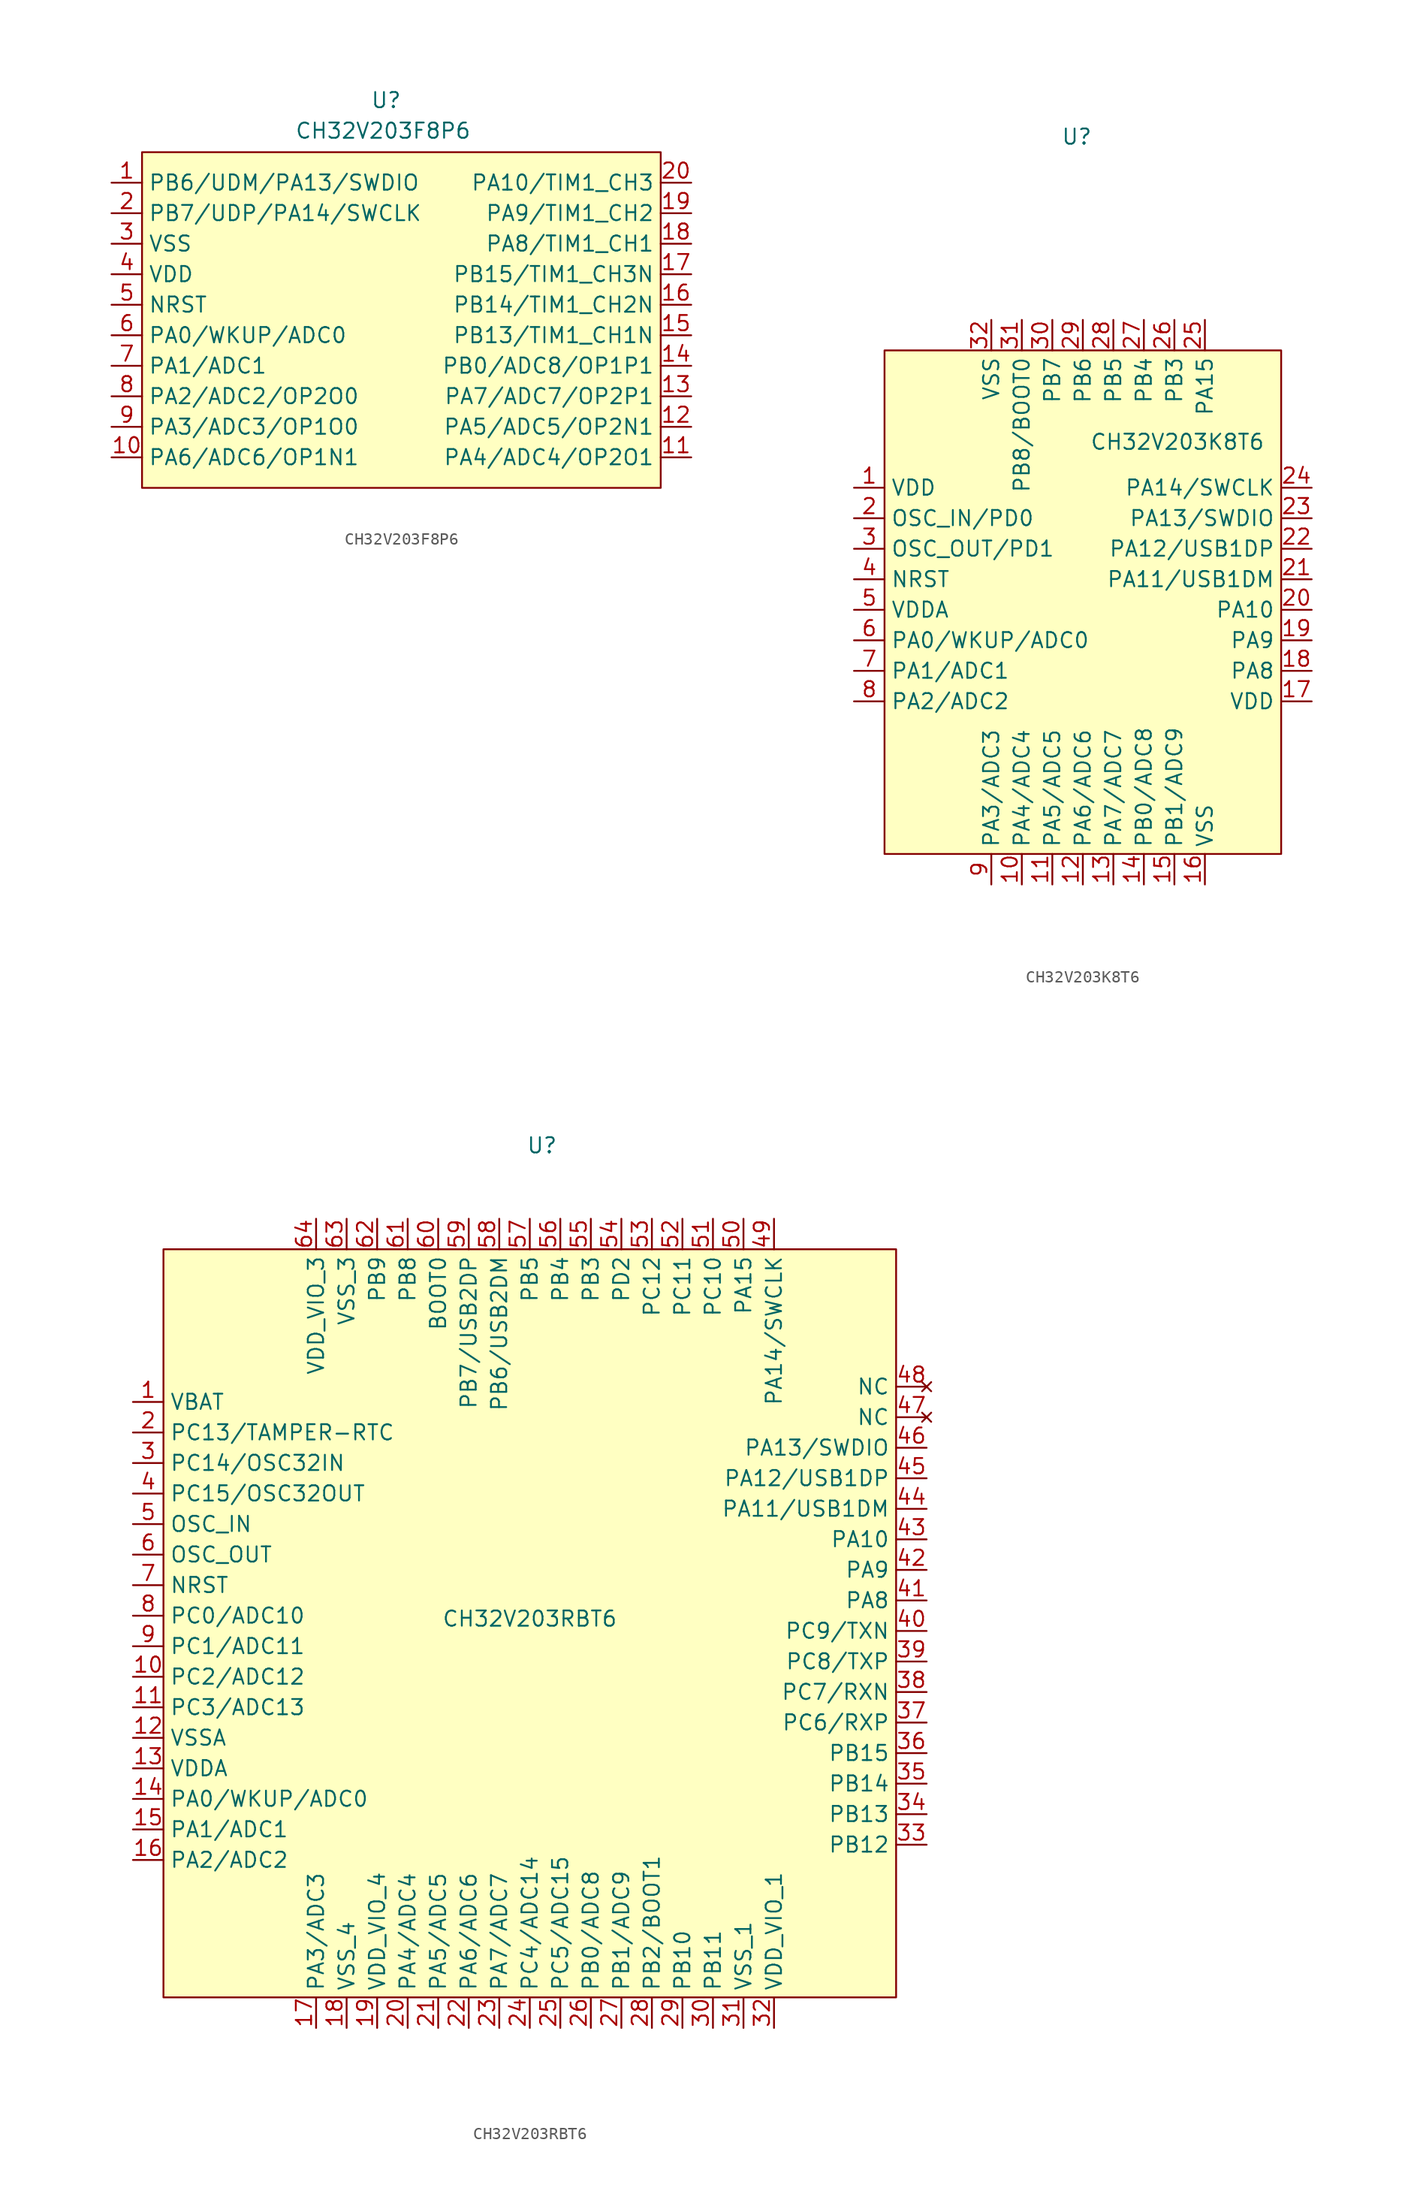
<source format=kicad_sym>
(kicad_symbol_lib
  (version 20231120)
  (generator "kicad_symbol_editor")
  (generator_version "8.0")
  (symbol "CH32V203F8P6"
    (property "Reference" "U"
      (at 0 19.558 0)
      (effects (font (size 1.27 1.27))))
    (property "Value" "CH32V203F8P6"
      (at -0.254 17.018 0)
      (effects (font (size 1.27 1.27))))
    (symbol "CH32V203F8P6_0_0"
      (pin bidirectional line (at -22.86 12.7 0) (length 2.54) (name "PB6/UDM/PA13/SWDIO" (effects (font (size 1.27 1.27)))) (number "1" (effects (font (size 1.27 1.27)))))
      (pin bidirectional line (at -22.86 -10.16 0) (length 2.54) (name "PA6/ADC6/OP1N1" (effects (font (size 1.27 1.27)))) (number "10" (effects (font (size 1.27 1.27)))))
      (pin bidirectional line (at 25.4 -10.16 180) (length 2.54) (name "PA4/ADC4/OP2O1" (effects (font (size 1.27 1.27)))) (number "11" (effects (font (size 1.27 1.27)))))
      (pin bidirectional line (at 25.4 -7.62 180) (length 2.54) (name "PA5/ADC5/OP2N1" (effects (font (size 1.27 1.27)))) (number "12" (effects (font (size 1.27 1.27)))))
      (pin bidirectional line (at 25.4 -5.08 180) (length 2.54) (name "PA7/ADC7/OP2P1" (effects (font (size 1.27 1.27)))) (number "13" (effects (font (size 1.27 1.27)))))
      (pin bidirectional line (at 25.4 -2.54 180) (length 2.54) (name "PB0/ADC8/OP1P1" (effects (font (size 1.27 1.27)))) (number "14" (effects (font (size 1.27 1.27)))))
      (pin bidirectional line (at 25.4 0 180) (length 2.54) (name "PB13/TIM1_CH1N" (effects (font (size 1.27 1.27)))) (number "15" (effects (font (size 1.27 1.27)))))
      (pin bidirectional line (at 25.4 2.54 180) (length 2.54) (name "PB14/TIM1_CH2N" (effects (font (size 1.27 1.27)))) (number "16" (effects (font (size 1.27 1.27)))))
      (pin bidirectional line (at 25.4 5.08 180) (length 2.54) (name "PB15/TIM1_CH3N" (effects (font (size 1.27 1.27)))) (number "17" (effects (font (size 1.27 1.27)))))
      (pin bidirectional line (at 25.4 7.62 180) (length 2.54) (name "PA8/TIM1_CH1" (effects (font (size 1.27 1.27)))) (number "18" (effects (font (size 1.27 1.27)))))
      (pin bidirectional line (at 25.4 10.16 180) (length 2.54) (name "PA9/TIM1_CH2" (effects (font (size 1.27 1.27)))) (number "19" (effects (font (size 1.27 1.27)))))
      (pin bidirectional line (at -22.86 10.16 0) (length 2.54) (name "PB7/UDP/PA14/SWCLK" (effects (font (size 1.27 1.27)))) (number "2" (effects (font (size 1.27 1.27)))))
      (pin bidirectional line (at 25.4 12.7 180) (length 2.54) (name "PA10/TIM1_CH3" (effects (font (size 1.27 1.27)))) (number "20" (effects (font (size 1.27 1.27)))))
      (pin power_in line (at -22.86 7.62 0) (length 2.54) (name "VSS" (effects (font (size 1.27 1.27)))) (number "3" (effects (font (size 1.27 1.27)))))
      (pin power_in line (at -22.86 5.08 0) (length 2.54) (name "VDD" (effects (font (size 1.27 1.27)))) (number "4" (effects (font (size 1.27 1.27)))))
      (pin bidirectional line (at -22.86 2.54 0) (length 2.54) (name "NRST" (effects (font (size 1.27 1.27)))) (number "5" (effects (font (size 1.27 1.27)))))
      (pin bidirectional line (at -22.86 0 0) (length 2.54) (name "PA0/WKUP/ADC0" (effects (font (size 1.27 1.27)))) (number "6" (effects (font (size 1.27 1.27)))))
      (pin bidirectional line (at -22.86 -2.54 0) (length 2.54) (name "PA1/ADC1" (effects (font (size 1.27 1.27)))) (number "7" (effects (font (size 1.27 1.27)))))
      (pin bidirectional line (at -22.86 -5.08 0) (length 2.54) (name "PA2/ADC2/OP2O0" (effects (font (size 1.27 1.27)))) (number "8" (effects (font (size 1.27 1.27)))))
      (pin bidirectional line (at -22.86 -7.62 0) (length 2.54) (name "PA3/ADC3/OP1O0" (effects (font (size 1.27 1.27)))) (number "9" (effects (font (size 1.27 1.27))))))
    (symbol "CH32V203F8P6_1_1"
      (rectangle (start -20.32 15.24) (end 22.86 -12.7) (stroke (width 0) (type default)) (fill (type background)))))
  (symbol "CH32V203K8T6"
    (property "Reference" "U"
      (at -1.778 36.83 0)
      (effects (font (size 1.27 1.27))))
    (property "Value" "CH32V203K8T6"
      (at 6.604 11.43 0)
      (effects (font (size 1.27 1.27))))
    (symbol "CH32V203K8T6_0_0"
      (pin power_in line (at -20.32 7.62 0) (length 2.54) (name "VDD" (effects (font (size 1.27 1.27)))) (number "1" (effects (font (size 1.27 1.27)))))
      (pin bidirectional line (at -6.35 -25.4 90) (length 2.54) (name "PA4/ADC4" (effects (font (size 1.27 1.27)))) (number "10" (effects (font (size 1.27 1.27)))))
      (pin bidirectional line (at -3.81 -25.4 90) (length 2.54) (name "PA5/ADC5" (effects (font (size 1.27 1.27)))) (number "11" (effects (font (size 1.27 1.27)))))
      (pin bidirectional line (at -1.27 -25.4 90) (length 2.54) (name "PA6/ADC6" (effects (font (size 1.27 1.27)))) (number "12" (effects (font (size 1.27 1.27)))))
      (pin bidirectional line (at 1.27 -25.4 90) (length 2.54) (name "PA7/ADC7" (effects (font (size 1.27 1.27)))) (number "13" (effects (font (size 1.27 1.27)))))
      (pin bidirectional line (at 3.81 -25.4 90) (length 2.54) (name "PB0/ADC8" (effects (font (size 1.27 1.27)))) (number "14" (effects (font (size 1.27 1.27)))))
      (pin bidirectional line (at 6.35 -25.4 90) (length 2.54) (name "PB1/ADC9" (effects (font (size 1.27 1.27)))) (number "15" (effects (font (size 1.27 1.27)))))
      (pin power_in line (at 8.89 -25.4 90) (length 2.54) (name "VSS" (effects (font (size 1.27 1.27)))) (number "16" (effects (font (size 1.27 1.27)))))
      (pin power_in line (at 17.78 -10.16 180) (length 2.54) (name "VDD" (effects (font (size 1.27 1.27)))) (number "17" (effects (font (size 1.27 1.27)))))
      (pin bidirectional line (at 17.78 -7.62 180) (length 2.54) (name "PA8" (effects (font (size 1.27 1.27)))) (number "18" (effects (font (size 1.27 1.27)))))
      (pin bidirectional line (at 17.78 -5.08 180) (length 2.54) (name "PA9" (effects (font (size 1.27 1.27)))) (number "19" (effects (font (size 1.27 1.27)))))
      (pin bidirectional line (at -20.32 5.08 0) (length 2.54) (name "OSC_IN/PD0" (effects (font (size 1.27 1.27)))) (number "2" (effects (font (size 1.27 1.27)))))
      (pin bidirectional line (at 17.78 -2.54 180) (length 2.54) (name "PA10" (effects (font (size 1.27 1.27)))) (number "20" (effects (font (size 1.27 1.27)))))
      (pin bidirectional line (at 17.78 0 180) (length 2.54) (name "PA11/USB1DM" (effects (font (size 1.27 1.27)))) (number "21" (effects (font (size 1.27 1.27)))))
      (pin bidirectional line (at 17.78 2.54 180) (length 2.54) (name "PA12/USB1DP" (effects (font (size 1.27 1.27)))) (number "22" (effects (font (size 1.27 1.27)))))
      (pin bidirectional line (at 17.78 5.08 180) (length 2.54) (name "PA13/SWDIO" (effects (font (size 1.27 1.27)))) (number "23" (effects (font (size 1.27 1.27)))))
      (pin bidirectional line (at 17.78 7.62 180) (length 2.54) (name "PA14/SWCLK" (effects (font (size 1.27 1.27)))) (number "24" (effects (font (size 1.27 1.27)))))
      (pin bidirectional line (at 8.89 21.59 270) (length 2.54) (name "PA15" (effects (font (size 1.27 1.27)))) (number "25" (effects (font (size 1.27 1.27)))))
      (pin bidirectional line (at 6.35 21.59 270) (length 2.54) (name "PB3" (effects (font (size 1.27 1.27)))) (number "26" (effects (font (size 1.27 1.27)))))
      (pin bidirectional line (at 3.81 21.59 270) (length 2.54) (name "PB4" (effects (font (size 1.27 1.27)))) (number "27" (effects (font (size 1.27 1.27)))))
      (pin bidirectional line (at 1.27 21.59 270) (length 2.54) (name "PB5" (effects (font (size 1.27 1.27)))) (number "28" (effects (font (size 1.27 1.27)))))
      (pin bidirectional line (at -1.27 21.59 270) (length 2.54) (name "PB6" (effects (font (size 1.27 1.27)))) (number "29" (effects (font (size 1.27 1.27)))))
      (pin bidirectional line (at -20.32 2.54 0) (length 2.54) (name "OSC_OUT/PD1" (effects (font (size 1.27 1.27)))) (number "3" (effects (font (size 1.27 1.27)))))
      (pin bidirectional line (at -3.81 21.59 270) (length 2.54) (name "PB7" (effects (font (size 1.27 1.27)))) (number "30" (effects (font (size 1.27 1.27)))))
      (pin bidirectional line (at -6.35 21.59 270) (length 2.54) (name "PB8/BOOT0" (effects (font (size 1.27 1.27)))) (number "31" (effects (font (size 1.27 1.27)))))
      (pin power_in line (at -8.89 21.59 270) (length 2.54) (name "VSS" (effects (font (size 1.27 1.27)))) (number "32" (effects (font (size 1.27 1.27)))))
      (pin bidirectional line (at -20.32 0 0) (length 2.54) (name "NRST" (effects (font (size 1.27 1.27)))) (number "4" (effects (font (size 1.27 1.27)))))
      (pin power_in line (at -20.32 -2.54 0) (length 2.54) (name "VDDA" (effects (font (size 1.27 1.27)))) (number "5" (effects (font (size 1.27 1.27)))))
      (pin bidirectional line (at -20.32 -5.08 0) (length 2.54) (name "PA0/WKUP/ADC0" (effects (font (size 1.27 1.27)))) (number "6" (effects (font (size 1.27 1.27)))))
      (pin bidirectional line (at -20.32 -7.62 0) (length 2.54) (name "PA1/ADC1" (effects (font (size 1.27 1.27)))) (number "7" (effects (font (size 1.27 1.27)))))
      (pin bidirectional line (at -20.32 -10.16 0) (length 2.54) (name "PA2/ADC2" (effects (font (size 1.27 1.27)))) (number "8" (effects (font (size 1.27 1.27)))))
      (pin bidirectional line (at -8.89 -25.4 90) (length 2.54) (name "PA3/ADC3" (effects (font (size 1.27 1.27)))) (number "9" (effects (font (size 1.27 1.27))))))
    (symbol "CH32V203K8T6_1_1"
      (rectangle (start -17.78 19.05) (end 15.24 -22.86) (stroke (width 0) (type default)) (fill (type background)))))
  (symbol "CH32V203RBT6"
    (property "Reference" "U"
      (at -0.254 40.386 0)
      (effects (font (size 1.27 1.27))))
    (property "Value" "CH32V203RBT6"
      (at -1.27 1.016 0)
      (effects (font (size 1.27 1.27))))
    (symbol "CH32V203RBT6_0_0"
      (pin bidirectional line (at -34.29 -3.81 0) (length 2.54) (name "PC2/ADC12" (effects (font (size 1.27 1.27)))) (number "10" (effects (font (size 1.27 1.27)))))
      (pin bidirectional line (at -34.29 -6.35 0) (length 2.54) (name "PC3/ADC13" (effects (font (size 1.27 1.27)))) (number "11" (effects (font (size 1.27 1.27)))))
      (pin power_in line (at -34.29 -8.89 0) (length 2.54) (name "VSSA" (effects (font (size 1.27 1.27)))) (number "12" (effects (font (size 1.27 1.27)))))
      (pin power_in line (at -34.29 -11.43 0) (length 2.54) (name "VDDA" (effects (font (size 1.27 1.27)))) (number "13" (effects (font (size 1.27 1.27)))))
      (pin bidirectional line (at -34.29 -13.97 0) (length 2.54) (name "PA0/WKUP/ADC0" (effects (font (size 1.27 1.27)))) (number "14" (effects (font (size 1.27 1.27)))))
      (pin bidirectional line (at -34.29 -16.51 0) (length 2.54) (name "PA1/ADC1" (effects (font (size 1.27 1.27)))) (number "15" (effects (font (size 1.27 1.27)))))
      (pin bidirectional line (at -34.29 -19.05 0) (length 2.54) (name "PA2/ADC2" (effects (font (size 1.27 1.27)))) (number "16" (effects (font (size 1.27 1.27)))))
      (pin bidirectional line (at -19.05 -33.02 90) (length 2.54) (name "PA3/ADC3" (effects (font (size 1.27 1.27)))) (number "17" (effects (font (size 1.27 1.27)))))
      (pin power_in line (at -16.51 -33.02 90) (length 2.54) (name "VSS_4" (effects (font (size 1.27 1.27)))) (number "18" (effects (font (size 1.27 1.27)))))
      (pin power_in line (at -13.97 -33.02 90) (length 2.54) (name "VDD_VIO_4" (effects (font (size 1.27 1.27)))) (number "19" (effects (font (size 1.27 1.27)))))
      (pin bidirectional line (at -34.29 16.51 0) (length 2.54) (name "PC13/TAMPER-RTC" (effects (font (size 1.27 1.27)))) (number "2" (effects (font (size 1.27 1.27)))))
      (pin bidirectional line (at -11.43 -33.02 90) (length 2.54) (name "PA4/ADC4" (effects (font (size 1.27 1.27)))) (number "20" (effects (font (size 1.27 1.27)))))
      (pin bidirectional line (at -8.89 -33.02 90) (length 2.54) (name "PA5/ADC5" (effects (font (size 1.27 1.27)))) (number "21" (effects (font (size 1.27 1.27)))))
      (pin bidirectional line (at -6.35 -33.02 90) (length 2.54) (name "PA6/ADC6" (effects (font (size 1.27 1.27)))) (number "22" (effects (font (size 1.27 1.27)))))
      (pin bidirectional line (at -3.81 -33.02 90) (length 2.54) (name "PA7/ADC7" (effects (font (size 1.27 1.27)))) (number "23" (effects (font (size 1.27 1.27)))))
      (pin bidirectional line (at -1.27 -33.02 90) (length 2.54) (name "PC4/ADC14" (effects (font (size 1.27 1.27)))) (number "24" (effects (font (size 1.27 1.27)))))
      (pin bidirectional line (at 1.27 -33.02 90) (length 2.54) (name "PC5/ADC15" (effects (font (size 1.27 1.27)))) (number "25" (effects (font (size 1.27 1.27)))))
      (pin bidirectional line (at 3.81 -33.02 90) (length 2.54) (name "PB0/ADC8" (effects (font (size 1.27 1.27)))) (number "26" (effects (font (size 1.27 1.27)))))
      (pin bidirectional line (at 6.35 -33.02 90) (length 2.54) (name "PB1/ADC9" (effects (font (size 1.27 1.27)))) (number "27" (effects (font (size 1.27 1.27)))))
      (pin bidirectional line (at 8.89 -33.02 90) (length 2.54) (name "PB2/BOOT1" (effects (font (size 1.27 1.27)))) (number "28" (effects (font (size 1.27 1.27)))))
      (pin bidirectional line (at 11.43 -33.02 90) (length 2.54) (name "PB10" (effects (font (size 1.27 1.27)))) (number "29" (effects (font (size 1.27 1.27)))))
      (pin bidirectional line (at -34.29 13.97 0) (length 2.54) (name "PC14/OSC32IN" (effects (font (size 1.27 1.27)))) (number "3" (effects (font (size 1.27 1.27)))))
      (pin bidirectional line (at 13.97 -33.02 90) (length 2.54) (name "PB11" (effects (font (size 1.27 1.27)))) (number "30" (effects (font (size 1.27 1.27)))))
      (pin power_in line (at 16.51 -33.02 90) (length 2.54) (name "VSS_1" (effects (font (size 1.27 1.27)))) (number "31" (effects (font (size 1.27 1.27)))))
      (pin power_in line (at 19.05 -33.02 90) (length 2.54) (name "VDD_VIO_1" (effects (font (size 1.27 1.27)))) (number "32" (effects (font (size 1.27 1.27)))))
      (pin bidirectional line (at 31.75 -17.78 180) (length 2.54) (name "PB12" (effects (font (size 1.27 1.27)))) (number "33" (effects (font (size 1.27 1.27)))))
      (pin bidirectional line (at 31.75 -15.24 180) (length 2.54) (name "PB13" (effects (font (size 1.27 1.27)))) (number "34" (effects (font (size 1.27 1.27)))))
      (pin bidirectional line (at 31.75 -12.7 180) (length 2.54) (name "PB14" (effects (font (size 1.27 1.27)))) (number "35" (effects (font (size 1.27 1.27)))))
      (pin bidirectional line (at 31.75 -10.16 180) (length 2.54) (name "PB15" (effects (font (size 1.27 1.27)))) (number "36" (effects (font (size 1.27 1.27)))))
      (pin bidirectional line (at 31.75 -7.62 180) (length 2.54) (name "PC6/RXP" (effects (font (size 1.27 1.27)))) (number "37" (effects (font (size 1.27 1.27)))))
      (pin bidirectional line (at 31.75 -5.08 180) (length 2.54) (name "PC7/RXN" (effects (font (size 1.27 1.27)))) (number "38" (effects (font (size 1.27 1.27)))))
      (pin bidirectional line (at 31.75 -2.54 180) (length 2.54) (name "PC8/TXP" (effects (font (size 1.27 1.27)))) (number "39" (effects (font (size 1.27 1.27)))))
      (pin bidirectional line (at -34.29 11.43 0) (length 2.54) (name "PC15/OSC32OUT" (effects (font (size 1.27 1.27)))) (number "4" (effects (font (size 1.27 1.27)))))
      (pin bidirectional line (at 31.75 0 180) (length 2.54) (name "PC9/TXN" (effects (font (size 1.27 1.27)))) (number "40" (effects (font (size 1.27 1.27)))))
      (pin bidirectional line (at 31.75 2.54 180) (length 2.54) (name "PA8" (effects (font (size 1.27 1.27)))) (number "41" (effects (font (size 1.27 1.27)))))
      (pin bidirectional line (at 31.75 5.08 180) (length 2.54) (name "PA9" (effects (font (size 1.27 1.27)))) (number "42" (effects (font (size 1.27 1.27)))))
      (pin bidirectional line (at 31.75 7.62 180) (length 2.54) (name "PA10" (effects (font (size 1.27 1.27)))) (number "43" (effects (font (size 1.27 1.27)))))
      (pin bidirectional line (at 31.75 10.16 180) (length 2.54) (name "PA11/USB1DM" (effects (font (size 1.27 1.27)))) (number "44" (effects (font (size 1.27 1.27)))))
      (pin bidirectional line (at 31.75 12.7 180) (length 2.54) (name "PA12/USB1DP" (effects (font (size 1.27 1.27)))) (number "45" (effects (font (size 1.27 1.27)))))
      (pin bidirectional line (at 31.75 15.24 180) (length 2.54) (name "PA13/SWDIO" (effects (font (size 1.27 1.27)))) (number "46" (effects (font (size 1.27 1.27)))))
      (pin no_connect line (at 31.75 17.78 180) (length 2.54) (name "NC" (effects (font (size 1.27 1.27)))) (number "47" (effects (font (size 1.27 1.27)))))
      (pin no_connect line (at 31.75 20.32 180) (length 2.54) (name "NC" (effects (font (size 1.27 1.27)))) (number "48" (effects (font (size 1.27 1.27)))))
      (pin bidirectional line (at 19.05 34.29 270) (length 2.54) (name "PA14/SWCLK" (effects (font (size 1.27 1.27)))) (number "49" (effects (font (size 1.27 1.27)))))
      (pin bidirectional line (at -34.29 8.89 0) (length 2.54) (name "OSC_IN" (effects (font (size 1.27 1.27)))) (number "5" (effects (font (size 1.27 1.27)))))
      (pin bidirectional line (at 16.51 34.29 270) (length 2.54) (name "PA15" (effects (font (size 1.27 1.27)))) (number "50" (effects (font (size 1.27 1.27)))))
      (pin bidirectional line (at 13.97 34.29 270) (length 2.54) (name "PC10" (effects (font (size 1.27 1.27)))) (number "51" (effects (font (size 1.27 1.27)))))
      (pin bidirectional line (at 11.43 34.29 270) (length 2.54) (name "PC11" (effects (font (size 1.27 1.27)))) (number "52" (effects (font (size 1.27 1.27)))))
      (pin bidirectional line (at 8.89 34.29 270) (length 2.54) (name "PC12" (effects (font (size 1.27 1.27)))) (number "53" (effects (font (size 1.27 1.27)))))
      (pin bidirectional line (at 6.35 34.29 270) (length 2.54) (name "PD2" (effects (font (size 1.27 1.27)))) (number "54" (effects (font (size 1.27 1.27)))))
      (pin bidirectional line (at 3.81 34.29 270) (length 2.54) (name "PB3" (effects (font (size 1.27 1.27)))) (number "55" (effects (font (size 1.27 1.27)))))
      (pin bidirectional line (at 1.27 34.29 270) (length 2.54) (name "PB4" (effects (font (size 1.27 1.27)))) (number "56" (effects (font (size 1.27 1.27)))))
      (pin bidirectional line (at -1.27 34.29 270) (length 2.54) (name "PB5" (effects (font (size 1.27 1.27)))) (number "57" (effects (font (size 1.27 1.27)))))
      (pin bidirectional line (at -3.81 34.29 270) (length 2.54) (name "PB6/USB2DM" (effects (font (size 1.27 1.27)))) (number "58" (effects (font (size 1.27 1.27)))))
      (pin bidirectional line (at -6.35 34.29 270) (length 2.54) (name "PB7/USB2DP" (effects (font (size 1.27 1.27)))) (number "59" (effects (font (size 1.27 1.27)))))
      (pin bidirectional line (at -34.29 6.35 0) (length 2.54) (name "OSC_OUT" (effects (font (size 1.27 1.27)))) (number "6" (effects (font (size 1.27 1.27)))))
      (pin bidirectional line (at -8.89 34.29 270) (length 2.54) (name "BOOT0" (effects (font (size 1.27 1.27)))) (number "60" (effects (font (size 1.27 1.27)))))
      (pin bidirectional line (at -11.43 34.29 270) (length 2.54) (name "PB8" (effects (font (size 1.27 1.27)))) (number "61" (effects (font (size 1.27 1.27)))))
      (pin bidirectional line (at -13.97 34.29 270) (length 2.54) (name "PB9" (effects (font (size 1.27 1.27)))) (number "62" (effects (font (size 1.27 1.27)))))
      (pin power_in line (at -16.51 34.29 270) (length 2.54) (name "VSS_3" (effects (font (size 1.27 1.27)))) (number "63" (effects (font (size 1.27 1.27)))))
      (pin power_out line (at -19.05 34.29 270) (length 2.54) (name "VDD_VIO_3" (effects (font (size 1.27 1.27)))) (number "64" (effects (font (size 1.27 1.27)))))
      (pin bidirectional line (at -34.29 3.81 0) (length 2.54) (name "NRST" (effects (font (size 1.27 1.27)))) (number "7" (effects (font (size 1.27 1.27)))))
      (pin bidirectional line (at -34.29 1.27 0) (length 2.54) (name "PC0/ADC10" (effects (font (size 1.27 1.27)))) (number "8" (effects (font (size 1.27 1.27)))))
      (pin bidirectional line (at -34.29 -1.27 0) (length 2.54) (name "PC1/ADC11" (effects (font (size 1.27 1.27)))) (number "9" (effects (font (size 1.27 1.27))))))
    (symbol "CH32V203RBT6_1_0"
      (pin power_in line (at -34.29 19.05 0) (length 2.54) (name "VBAT" (effects (font (size 1.27 1.27)))) (number "1" (effects (font (size 1.27 1.27))))))
    (symbol "CH32V203RBT6_1_1"
      (rectangle (start -31.75 31.75) (end 29.21 -30.48) (stroke (width 0) (type default)) (fill (type background))))))
</source>
